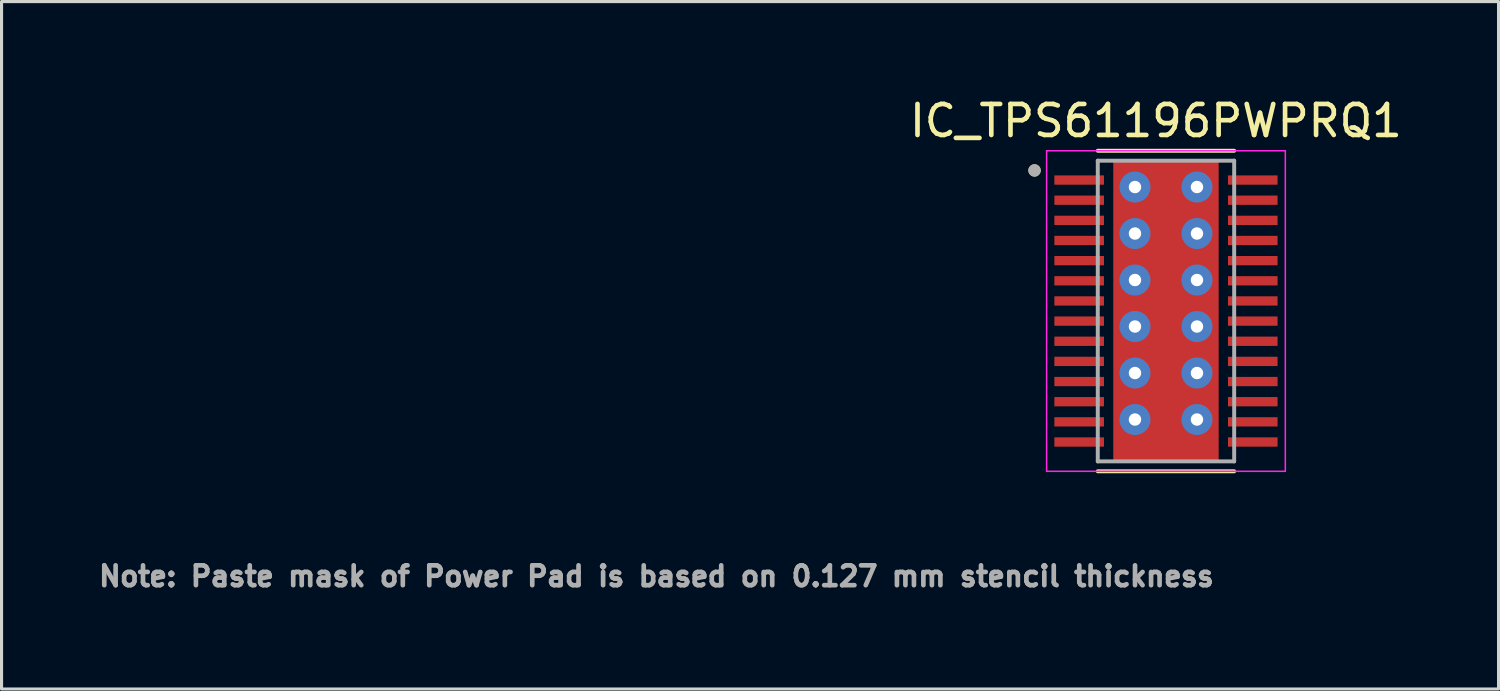
<source format=kicad_pcb>
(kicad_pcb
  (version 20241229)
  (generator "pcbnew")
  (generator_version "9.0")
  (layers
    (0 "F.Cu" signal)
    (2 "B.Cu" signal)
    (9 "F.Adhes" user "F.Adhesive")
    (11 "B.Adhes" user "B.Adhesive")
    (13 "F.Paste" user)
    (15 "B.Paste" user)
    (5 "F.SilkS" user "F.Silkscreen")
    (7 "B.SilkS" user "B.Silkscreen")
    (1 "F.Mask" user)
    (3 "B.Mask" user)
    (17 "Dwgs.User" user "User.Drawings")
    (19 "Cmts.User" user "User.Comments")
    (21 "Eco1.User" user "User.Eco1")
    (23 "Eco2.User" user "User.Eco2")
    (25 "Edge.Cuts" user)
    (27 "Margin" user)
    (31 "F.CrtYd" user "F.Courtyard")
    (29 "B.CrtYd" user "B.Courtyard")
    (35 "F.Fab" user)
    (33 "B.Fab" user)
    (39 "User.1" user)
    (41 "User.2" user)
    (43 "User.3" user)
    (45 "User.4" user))
  (footprint "IC_TPS61196PWPRQ1"
    (layer "F.Cu")
    (at 34.562 6.983)
    (property "Reference" "IC_TPS61196PWPRQ1" (at -0.325 -6.135 0) (layer "F.SilkS") (effects (font (size 1 1) (thickness 0.15))))
    (attr smd)
    (fp_poly (pts (xy -3.67 -4.445) (xy -1.93 -4.445) (xy -1.93 -4.005) (xy -3.67 -4.005)) (stroke (width 0.01) (type solid)) (fill yes) (layer "F.Mask"))
    (fp_poly (pts (xy -3.67 -3.795) (xy -1.93 -3.795) (xy -1.93 -3.355) (xy -3.67 -3.355)) (stroke (width 0.01) (type solid)) (fill yes) (layer "F.Mask"))
    (fp_poly (pts (xy -3.67 -3.145) (xy -1.93 -3.145) (xy -1.93 -2.705) (xy -3.67 -2.705)) (stroke (width 0.01) (type solid)) (fill yes) (layer "F.Mask"))
    (fp_poly (pts (xy -3.67 -2.495) (xy -1.93 -2.495) (xy -1.93 -2.055) (xy -3.67 -2.055)) (stroke (width 0.01) (type solid)) (fill yes) (layer "F.Mask"))
    (fp_poly (pts (xy -3.67 -1.845) (xy -1.93 -1.845) (xy -1.93 -1.405) (xy -3.67 -1.405)) (stroke (width 0.01) (type solid)) (fill yes) (layer "F.Mask"))
    (fp_poly (pts (xy -3.67 -1.195) (xy -1.93 -1.195) (xy -1.93 -0.755) (xy -3.67 -0.755)) (stroke (width 0.01) (type solid)) (fill yes) (layer "F.Mask"))
    (fp_poly (pts (xy -3.67 -0.545) (xy -1.93 -0.545) (xy -1.93 -0.105) (xy -3.67 -0.105)) (stroke (width 0.01) (type solid)) (fill yes) (layer "F.Mask"))
    (fp_poly (pts (xy -3.67 0.105) (xy -1.93 0.105) (xy -1.93 0.545) (xy -3.67 0.545)) (stroke (width 0.01) (type solid)) (fill yes) (layer "F.Mask"))
    (fp_poly (pts (xy -3.67 0.755) (xy -1.93 0.755) (xy -1.93 1.195) (xy -3.67 1.195)) (stroke (width 0.01) (type solid)) (fill yes) (layer "F.Mask"))
    (fp_poly (pts (xy -3.67 1.405) (xy -1.93 1.405) (xy -1.93 1.845) (xy -3.67 1.845)) (stroke (width 0.01) (type solid)) (fill yes) (layer "F.Mask"))
    (fp_poly (pts (xy -3.67 2.055) (xy -1.93 2.055) (xy -1.93 2.495) (xy -3.67 2.495)) (stroke (width 0.01) (type solid)) (fill yes) (layer "F.Mask"))
    (fp_poly (pts (xy -3.67 2.705) (xy -1.93 2.705) (xy -1.93 3.145) (xy -3.67 3.145)) (stroke (width 0.01) (type solid)) (fill yes) (layer "F.Mask"))
    (fp_poly (pts (xy -3.67 3.355) (xy -1.93 3.355) (xy -1.93 3.795) (xy -3.67 3.795)) (stroke (width 0.01) (type solid)) (fill yes) (layer "F.Mask"))
    (fp_poly (pts (xy -3.67 4.005) (xy -1.93 4.005) (xy -1.93 4.445) (xy -3.67 4.445)) (stroke (width 0.01) (type solid)) (fill yes) (layer "F.Mask"))
    (fp_poly (pts (xy -1.2 -3.23) (xy 1.2 -3.23) (xy 1.2 3.23) (xy -1.2 3.23)) (stroke (width 0.01) (type solid)) (fill yes) (layer "F.Mask"))
    (fp_poly (pts (xy 1.93 -4.445) (xy 3.67 -4.445) (xy 3.67 -4.005) (xy 1.93 -4.005)) (stroke (width 0.01) (type solid)) (fill yes) (layer "F.Mask"))
    (fp_poly (pts (xy 1.93 -3.795) (xy 3.67 -3.795) (xy 3.67 -3.355) (xy 1.93 -3.355)) (stroke (width 0.01) (type solid)) (fill yes) (layer "F.Mask"))
    (fp_poly (pts (xy 1.93 -3.145) (xy 3.67 -3.145) (xy 3.67 -2.705) (xy 1.93 -2.705)) (stroke (width 0.01) (type solid)) (fill yes) (layer "F.Mask"))
    (fp_poly (pts (xy 1.93 -2.495) (xy 3.67 -2.495) (xy 3.67 -2.055) (xy 1.93 -2.055)) (stroke (width 0.01) (type solid)) (fill yes) (layer "F.Mask"))
    (fp_poly (pts (xy 1.93 -1.845) (xy 3.67 -1.845) (xy 3.67 -1.405) (xy 1.93 -1.405)) (stroke (width 0.01) (type solid)) (fill yes) (layer "F.Mask"))
    (fp_poly (pts (xy 1.93 -1.195) (xy 3.67 -1.195) (xy 3.67 -0.755) (xy 1.93 -0.755)) (stroke (width 0.01) (type solid)) (fill yes) (layer "F.Mask"))
    (fp_poly (pts (xy 1.93 -0.545) (xy 3.67 -0.545) (xy 3.67 -0.105) (xy 1.93 -0.105)) (stroke (width 0.01) (type solid)) (fill yes) (layer "F.Mask"))
    (fp_poly (pts (xy 1.93 0.105) (xy 3.67 0.105) (xy 3.67 0.545) (xy 1.93 0.545)) (stroke (width 0.01) (type solid)) (fill yes) (layer "F.Mask"))
    (fp_poly (pts (xy 1.93 0.755) (xy 3.67 0.755) (xy 3.67 1.195) (xy 1.93 1.195)) (stroke (width 0.01) (type solid)) (fill yes) (layer "F.Mask"))
    (fp_poly (pts (xy 1.93 1.405) (xy 3.67 1.405) (xy 3.67 1.845) (xy 1.93 1.845)) (stroke (width 0.01) (type solid)) (fill yes) (layer "F.Mask"))
    (fp_poly (pts (xy 1.93 2.055) (xy 3.67 2.055) (xy 3.67 2.495) (xy 1.93 2.495)) (stroke (width 0.01) (type solid)) (fill yes) (layer "F.Mask"))
    (fp_poly (pts (xy 1.93 2.705) (xy 3.67 2.705) (xy 3.67 3.145) (xy 1.93 3.145)) (stroke (width 0.01) (type solid)) (fill yes) (layer "F.Mask"))
    (fp_poly (pts (xy 1.93 3.355) (xy 3.67 3.355) (xy 3.67 3.795) (xy 1.93 3.795)) (stroke (width 0.01) (type solid)) (fill yes) (layer "F.Mask"))
    (fp_poly (pts (xy 1.93 4.005) (xy 3.67 4.005) (xy 3.67 4.445) (xy 1.93 4.445)) (stroke (width 0.01) (type solid)) (fill yes) (layer "F.Mask"))
    (fp_line (start -2.2 -5.17) (end 2.2 -5.17) (stroke (width 0.127) (type solid)) (layer "F.SilkS"))
    (fp_line (start -2.2 5.17) (end 2.2 5.17) (stroke (width 0.127) (type solid)) (layer "F.SilkS"))
    (fp_circle (center -4.24 -4.535) (end -4.14 -4.535) (stroke (width 0.2) (type solid)) (fill no) (layer "F.SilkS"))
    (fp_poly (pts (xy -3.575 -4.35) (xy -2.025 -4.35) (xy -2.025 -4.1) (xy -3.575 -4.1)) (stroke (width 0.01) (type solid)) (fill yes) (layer "F.Paste"))
    (fp_poly (pts (xy -3.575 -3.7) (xy -2.025 -3.7) (xy -2.025 -3.45) (xy -3.575 -3.45)) (stroke (width 0.01) (type solid)) (fill yes) (layer "F.Paste"))
    (fp_poly (pts (xy -3.575 -3.05) (xy -2.025 -3.05) (xy -2.025 -2.8) (xy -3.575 -2.8)) (stroke (width 0.01) (type solid)) (fill yes) (layer "F.Paste"))
    (fp_poly (pts (xy -3.575 -2.4) (xy -2.025 -2.4) (xy -2.025 -2.15) (xy -3.575 -2.15)) (stroke (width 0.01) (type solid)) (fill yes) (layer "F.Paste"))
    (fp_poly (pts (xy -3.575 -1.75) (xy -2.025 -1.75) (xy -2.025 -1.5) (xy -3.575 -1.5)) (stroke (width 0.01) (type solid)) (fill yes) (layer "F.Paste"))
    (fp_poly (pts (xy -3.575 -1.1) (xy -2.025 -1.1) (xy -2.025 -0.85) (xy -3.575 -0.85)) (stroke (width 0.01) (type solid)) (fill yes) (layer "F.Paste"))
    (fp_poly (pts (xy -3.575 -0.45) (xy -2.025 -0.45) (xy -2.025 -0.2) (xy -3.575 -0.2)) (stroke (width 0.01) (type solid)) (fill yes) (layer "F.Paste"))
    (fp_poly (pts (xy -3.575 0.2) (xy -2.025 0.2) (xy -2.025 0.45) (xy -3.575 0.45)) (stroke (width 0.01) (type solid)) (fill yes) (layer "F.Paste"))
    (fp_poly (pts (xy -3.575 0.85) (xy -2.025 0.85) (xy -2.025 1.1) (xy -3.575 1.1)) (stroke (width 0.01) (type solid)) (fill yes) (layer "F.Paste"))
    (fp_poly (pts (xy -3.575 1.5) (xy -2.025 1.5) (xy -2.025 1.75) (xy -3.575 1.75)) (stroke (width 0.01) (type solid)) (fill yes) (layer "F.Paste"))
    (fp_poly (pts (xy -3.575 2.15) (xy -2.025 2.15) (xy -2.025 2.4) (xy -3.575 2.4)) (stroke (width 0.01) (type solid)) (fill yes) (layer "F.Paste"))
    (fp_poly (pts (xy -3.575 2.8) (xy -2.025 2.8) (xy -2.025 3.05) (xy -3.575 3.05)) (stroke (width 0.01) (type solid)) (fill yes) (layer "F.Paste"))
    (fp_poly (pts (xy -3.575 3.45) (xy -2.025 3.45) (xy -2.025 3.7) (xy -3.575 3.7)) (stroke (width 0.01) (type solid)) (fill yes) (layer "F.Paste"))
    (fp_poly (pts (xy -3.575 4.1) (xy -2.025 4.1) (xy -2.025 4.35) (xy -3.575 4.35)) (stroke (width 0.01) (type solid)) (fill yes) (layer "F.Paste"))
    (fp_poly (pts (xy -1.2 -3.23) (xy 1.2 -3.23) (xy 1.2 3.23) (xy -1.2 3.23)) (stroke (width 0.01) (type solid)) (fill yes) (layer "F.Paste"))
    (fp_poly (pts (xy 2.025 -4.35) (xy 3.575 -4.35) (xy 3.575 -4.1) (xy 2.025 -4.1)) (stroke (width 0.01) (type solid)) (fill yes) (layer "F.Paste"))
    (fp_poly (pts (xy 2.025 -3.7) (xy 3.575 -3.7) (xy 3.575 -3.45) (xy 2.025 -3.45)) (stroke (width 0.01) (type solid)) (fill yes) (layer "F.Paste"))
    (fp_poly (pts (xy 2.025 -3.05) (xy 3.575 -3.05) (xy 3.575 -2.8) (xy 2.025 -2.8)) (stroke (width 0.01) (type solid)) (fill yes) (layer "F.Paste"))
    (fp_poly (pts (xy 2.025 -2.4) (xy 3.575 -2.4) (xy 3.575 -2.15) (xy 2.025 -2.15)) (stroke (width 0.01) (type solid)) (fill yes) (layer "F.Paste"))
    (fp_poly (pts (xy 2.025 -1.75) (xy 3.575 -1.75) (xy 3.575 -1.5) (xy 2.025 -1.5)) (stroke (width 0.01) (type solid)) (fill yes) (layer "F.Paste"))
    (fp_poly (pts (xy 2.025 -1.1) (xy 3.575 -1.1) (xy 3.575 -0.85) (xy 2.025 -0.85)) (stroke (width 0.01) (type solid)) (fill yes) (layer "F.Paste"))
    (fp_poly (pts (xy 2.025 -0.45) (xy 3.575 -0.45) (xy 3.575 -0.2) (xy 2.025 -0.2)) (stroke (width 0.01) (type solid)) (fill yes) (layer "F.Paste"))
    (fp_poly (pts (xy 2.025 0.2) (xy 3.575 0.2) (xy 3.575 0.45) (xy 2.025 0.45)) (stroke (width 0.01) (type solid)) (fill yes) (layer "F.Paste"))
    (fp_poly (pts (xy 2.025 0.85) (xy 3.575 0.85) (xy 3.575 1.1) (xy 2.025 1.1)) (stroke (width 0.01) (type solid)) (fill yes) (layer "F.Paste"))
    (fp_poly (pts (xy 2.025 1.5) (xy 3.575 1.5) (xy 3.575 1.75) (xy 2.025 1.75)) (stroke (width 0.01) (type solid)) (fill yes) (layer "F.Paste"))
    (fp_poly (pts (xy 2.025 2.15) (xy 3.575 2.15) (xy 3.575 2.4) (xy 2.025 2.4)) (stroke (width 0.01) (type solid)) (fill yes) (layer "F.Paste"))
    (fp_poly (pts (xy 2.025 2.8) (xy 3.575 2.8) (xy 3.575 3.05) (xy 2.025 3.05)) (stroke (width 0.01) (type solid)) (fill yes) (layer "F.Paste"))
    (fp_poly (pts (xy 2.025 3.45) (xy 3.575 3.45) (xy 3.575 3.7) (xy 2.025 3.7)) (stroke (width 0.01) (type solid)) (fill yes) (layer "F.Paste"))
    (fp_poly (pts (xy 2.025 4.1) (xy 3.575 4.1) (xy 3.575 4.35) (xy 2.025 4.35)) (stroke (width 0.01) (type solid)) (fill yes) (layer "F.Paste"))
    (fp_line (start -3.85 -5.17) (end -3.85 5.17) (stroke (width 0.05) (type solid)) (layer "F.CrtYd"))
    (fp_line (start -3.85 -5.17) (end 3.85 -5.17) (stroke (width 0.05) (type solid)) (layer "F.CrtYd"))
    (fp_line (start -3.85 5.17) (end 3.85 5.17) (stroke (width 0.05) (type solid)) (layer "F.CrtYd"))
    (fp_line (start 3.85 -5.17) (end 3.85 5.17) (stroke (width 0.05) (type solid)) (layer "F.CrtYd"))
    (fp_line (start -2.2 -4.85) (end -2.2 4.85) (stroke (width 0.127) (type solid)) (layer "F.Fab"))
    (fp_line (start -2.2 -4.85) (end 2.2 -4.85) (stroke (width 0.127) (type solid)) (layer "F.Fab"))
    (fp_line (start -2.2 4.85) (end 2.2 4.85) (stroke (width 0.127) (type solid)) (layer "F.Fab"))
    (fp_line (start 2.2 -4.85) (end 2.2 4.85) (stroke (width 0.127) (type solid)) (layer "F.Fab"))
    (fp_circle (center -4.24 -4.535) (end -4.14 -4.535) (stroke (width 0.2) (type solid)) (fill no) (layer "F.Fab"))
    (fp_text user "Note: Paste mask of Power Pad is based on 0.127 mm stencil thickness" (at -16.435 8.555 0) (layer "F.Fab") (effects (font (size 0.64 0.64) (thickness 0.15))))
    (pad "1" smd rect (at -2.8 -4.225) (size 1.6 0.3) (layers "F.Cu"))
    (pad "2" smd rect (at -2.8 -3.575) (size 1.6 0.3) (layers "F.Cu"))
    (pad "3" smd rect (at -2.8 -2.925) (size 1.6 0.3) (layers "F.Cu"))
    (pad "4" smd rect (at -2.8 -2.275) (size 1.6 0.3) (layers "F.Cu"))
    (pad "5" smd rect (at -2.8 -1.625) (size 1.6 0.3) (layers "F.Cu"))
    (pad "6" smd rect (at -2.8 -0.975) (size 1.6 0.3) (layers "F.Cu"))
    (pad "7" smd rect (at -2.8 -0.325) (size 1.6 0.3) (layers "F.Cu"))
    (pad "8" smd rect (at -2.8 0.325) (size 1.6 0.3) (layers "F.Cu"))
    (pad "9" smd rect (at -2.8 0.975) (size 1.6 0.3) (layers "F.Cu"))
    (pad "10" smd rect (at -2.8 1.625) (size 1.6 0.3) (layers "F.Cu"))
    (pad "11" smd rect (at -2.8 2.275) (size 1.6 0.3) (layers "F.Cu"))
    (pad "12" smd rect (at -2.8 2.925) (size 1.6 0.3) (layers "F.Cu"))
    (pad "13" smd rect (at -2.8 3.575) (size 1.6 0.3) (layers "F.Cu"))
    (pad "14" smd rect (at -2.8 4.225) (size 1.6 0.3) (layers "F.Cu"))
    (pad "15" smd rect (at 2.8 4.225) (size 1.6 0.3) (layers "F.Cu"))
    (pad "16" smd rect (at 2.8 3.575) (size 1.6 0.3) (layers "F.Cu"))
    (pad "17" smd rect (at 2.8 2.925) (size 1.6 0.3) (layers "F.Cu"))
    (pad "18" smd rect (at 2.8 2.275) (size 1.6 0.3) (layers "F.Cu"))
    (pad "19" smd rect (at 2.8 1.625) (size 1.6 0.3) (layers "F.Cu"))
    (pad "20" smd rect (at 2.8 0.975) (size 1.6 0.3) (layers "F.Cu"))
    (pad "21" smd rect (at 2.8 0.325) (size 1.6 0.3) (layers "F.Cu"))
    (pad "22" smd rect (at 2.8 -0.325) (size 1.6 0.3) (layers "F.Cu"))
    (pad "23" smd rect (at 2.8 -0.975) (size 1.6 0.3) (layers "F.Cu"))
    (pad "24" smd rect (at 2.8 -1.625) (size 1.6 0.3) (layers "F.Cu"))
    (pad "25" smd rect (at 2.8 -2.275) (size 1.6 0.3) (layers "F.Cu"))
    (pad "26" smd rect (at 2.8 -2.925) (size 1.6 0.3) (layers "F.Cu"))
    (pad "27" smd rect (at 2.8 -3.575) (size 1.6 0.3) (layers "F.Cu"))
    (pad "28" smd rect (at 2.8 -4.225) (size 1.6 0.3) (layers "F.Cu"))
    (pad "29" thru_hole circle (at -1 -4) (size 1 1) (drill 0.4) (layers "*.Cu" "*.Mask"))
    (pad "29" thru_hole circle (at -1 -2.5) (size 1 1) (drill 0.4) (layers "*.Cu" "*.Mask"))
    (pad "29" thru_hole circle (at -1 -1) (size 1 1) (drill 0.4) (layers "*.Cu" "*.Mask"))
    (pad "29" thru_hole circle (at -1 0.5) (size 1 1) (drill 0.4) (layers "*.Cu" "*.Mask"))
    (pad "29" thru_hole circle (at -1 2) (size 1 1) (drill 0.4) (layers "*.Cu" "*.Mask"))
    (pad "29" thru_hole circle (at -1 3.5) (size 1 1) (drill 0.4) (layers "*.Cu" "*.Mask"))
    (pad "29" smd rect (at 0 0) (size 3.4 9.7) (layers "F.Cu"))
    (pad "29" thru_hole circle (at 1 -4) (size 1 1) (drill 0.4) (layers "*.Cu" "*.Mask"))
    (pad "29" thru_hole circle (at 1 -2.5) (size 1 1) (drill 0.4) (layers "*.Cu" "*.Mask"))
    (pad "29" thru_hole circle (at 1 -1) (size 1 1) (drill 0.4) (layers "*.Cu" "*.Mask"))
    (pad "29" thru_hole circle (at 1 0.5) (size 1 1) (drill 0.4) (layers "*.Cu" "*.Mask"))
    (pad "29" thru_hole circle (at 1 2) (size 1 1) (drill 0.4) (layers "*.Cu" "*.Mask"))
    (pad "29" thru_hole circle (at 1 3.5) (size 1 1) (drill 0.4) (layers "*.Cu" "*.Mask")))
  (gr_rect
    (start -3 -3)
    (end 45.29 19.176)
    (stroke (width 0.1) (type default))
    (fill no)
    (layer "Edge.Cuts")))
</source>
